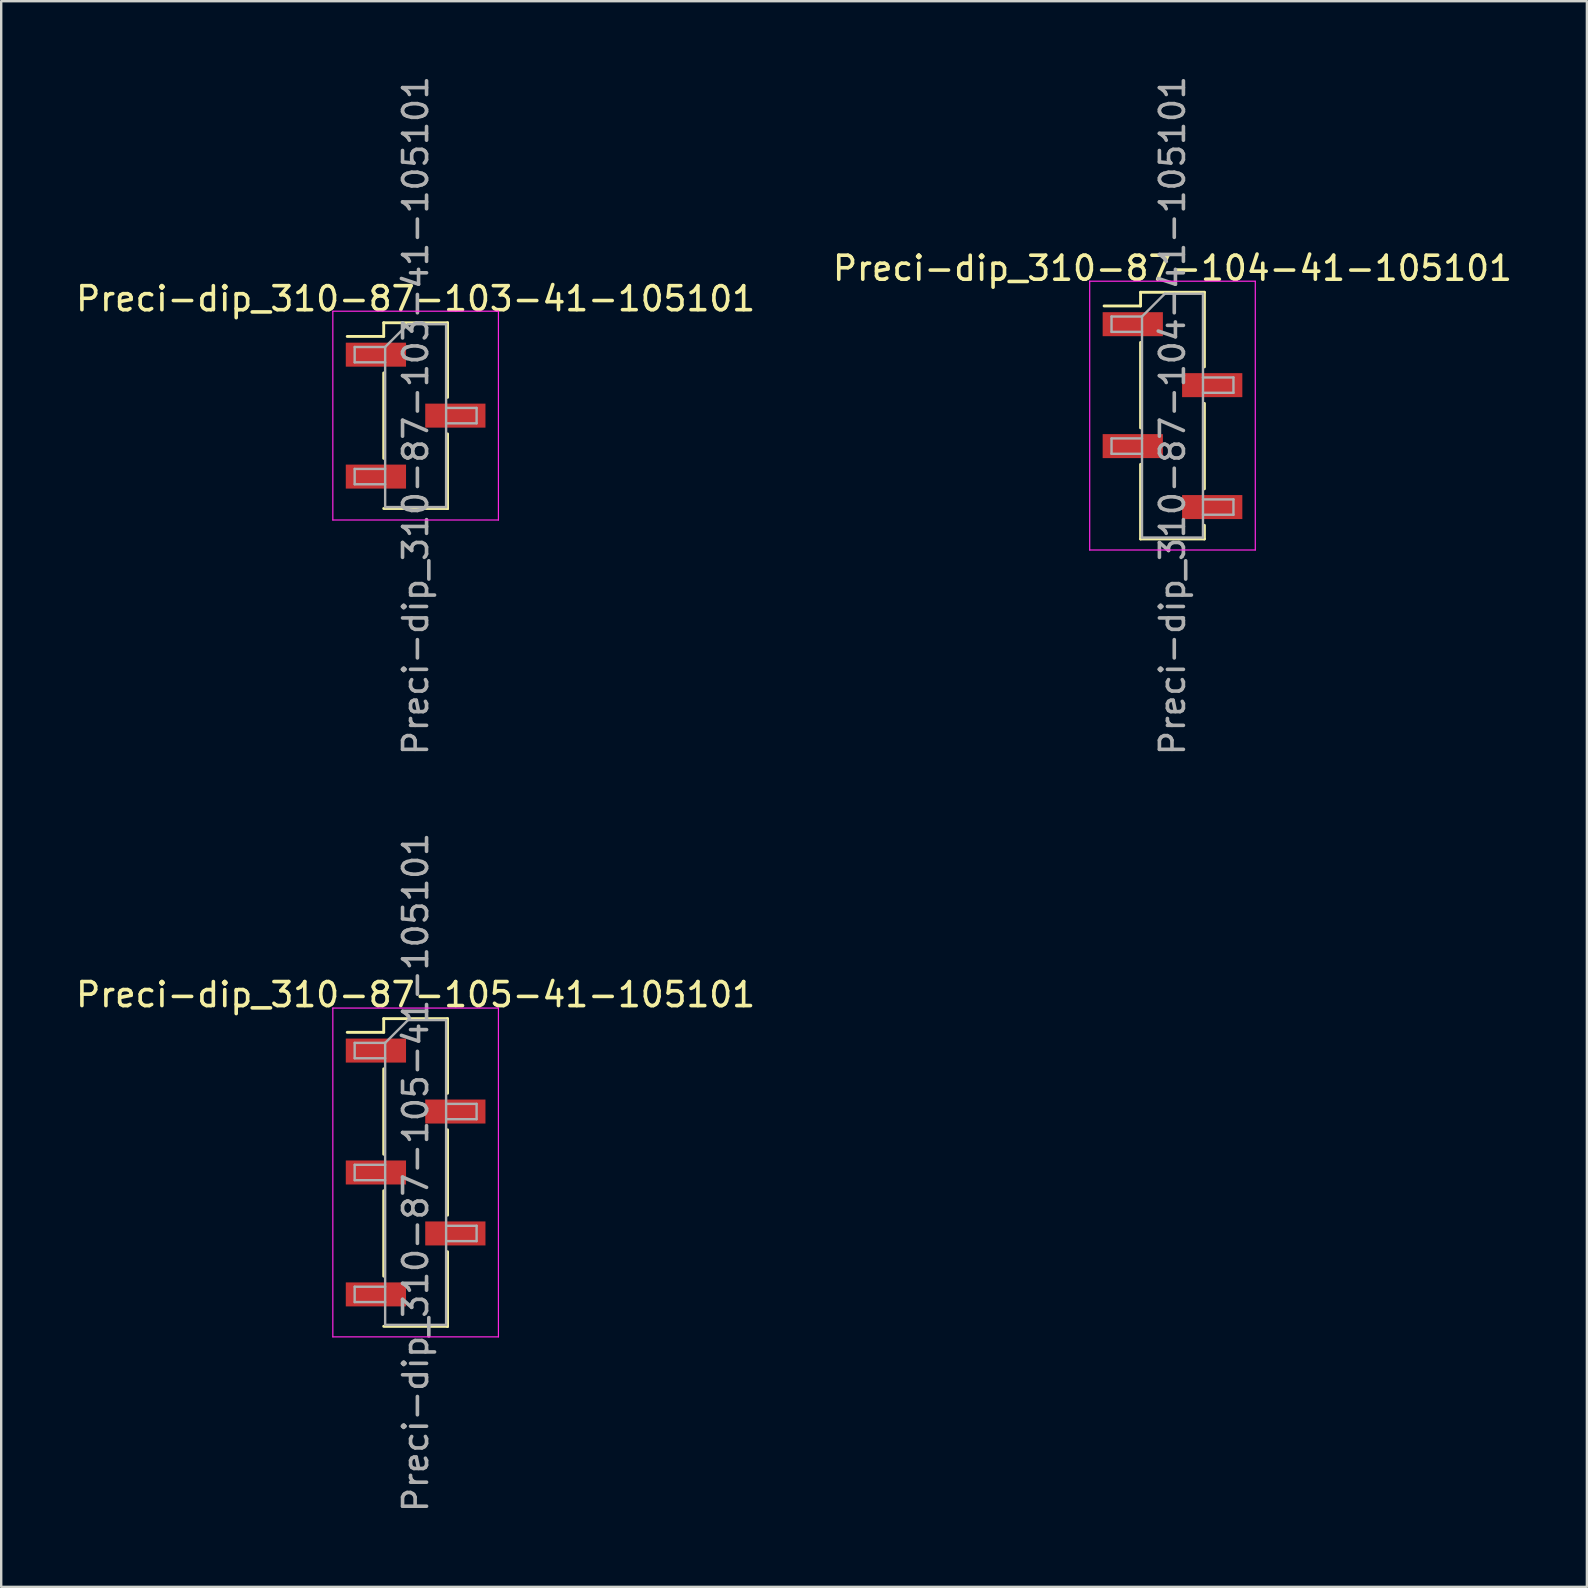
<source format=kicad_pcb>
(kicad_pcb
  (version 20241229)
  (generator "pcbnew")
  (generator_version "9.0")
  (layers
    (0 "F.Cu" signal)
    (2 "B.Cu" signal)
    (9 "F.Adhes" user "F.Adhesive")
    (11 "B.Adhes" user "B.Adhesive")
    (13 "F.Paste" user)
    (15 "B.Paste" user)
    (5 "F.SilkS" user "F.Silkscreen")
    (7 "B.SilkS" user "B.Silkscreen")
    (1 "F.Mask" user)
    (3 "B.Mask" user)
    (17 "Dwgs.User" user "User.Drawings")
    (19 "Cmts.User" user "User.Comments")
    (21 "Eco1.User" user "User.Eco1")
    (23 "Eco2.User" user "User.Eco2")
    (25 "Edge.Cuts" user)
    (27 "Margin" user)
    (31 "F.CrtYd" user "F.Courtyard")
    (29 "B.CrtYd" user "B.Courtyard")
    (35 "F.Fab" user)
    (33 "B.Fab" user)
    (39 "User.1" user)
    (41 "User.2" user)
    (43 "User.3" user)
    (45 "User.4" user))
  (footprint "Preci-dip_310-87-103-41-105101"
    (layer "F.Cu")
    (at 14.268 14.268)
    (property "Reference" "Preci-dip_310-87-103-41-105101" (at 0 -4.87 0) (layer "F.SilkS") (effects (font (size 1 1) (thickness 0.15))))
    (attr smd)
    (fp_line (start -1.33 -3.87) (end -1.33 -3.3) (stroke (width 0.12) (type solid)) (layer "F.SilkS"))
    (fp_line (start -1.33 -3.87) (end 1.33 -3.87) (stroke (width 0.12) (type solid)) (layer "F.SilkS"))
    (fp_line (start -1.33 -3.3) (end -2.85 -3.3) (stroke (width 0.12) (type solid)) (layer "F.SilkS"))
    (fp_line (start -1.33 -1.78) (end -1.33 1.78) (stroke (width 0.12) (type solid)) (layer "F.SilkS"))
    (fp_line (start -1.33 3.87) (end 1.33 3.87) (stroke (width 0.12) (type solid)) (layer "F.SilkS"))
    (fp_line (start 1.33 -3.87) (end 1.33 -0.76) (stroke (width 0.12) (type solid)) (layer "F.SilkS"))
    (fp_line (start 1.33 0.76) (end 1.33 3.87) (stroke (width 0.12) (type solid)) (layer "F.SilkS"))
    (fp_line (start 1.33 3.3) (end 1.33 3.87) (stroke (width 0.12) (type solid)) (layer "F.SilkS"))
    (fp_line (start -3.45 -4.35) (end -3.45 4.35) (stroke (width 0.05) (type solid)) (layer "F.CrtYd"))
    (fp_line (start -3.45 4.35) (end 3.45 4.35) (stroke (width 0.05) (type solid)) (layer "F.CrtYd"))
    (fp_line (start 3.45 -4.35) (end -3.45 -4.35) (stroke (width 0.05) (type solid)) (layer "F.CrtYd"))
    (fp_line (start 3.45 4.35) (end 3.45 -4.35) (stroke (width 0.05) (type solid)) (layer "F.CrtYd"))
    (fp_line (start -2.54 -2.86) (end -2.54 -2.22) (stroke (width 0.1) (type solid)) (layer "F.Fab"))
    (fp_line (start -2.54 -2.22) (end -1.27 -2.22) (stroke (width 0.1) (type solid)) (layer "F.Fab"))
    (fp_line (start -2.54 2.22) (end -2.54 2.86) (stroke (width 0.1) (type solid)) (layer "F.Fab"))
    (fp_line (start -2.54 2.86) (end -1.27 2.86) (stroke (width 0.1) (type solid)) (layer "F.Fab"))
    (fp_line (start -1.27 -2.86) (end -2.54 -2.86) (stroke (width 0.1) (type solid)) (layer "F.Fab"))
    (fp_line (start -1.27 -2.86) (end -0.32 -3.81) (stroke (width 0.1) (type solid)) (layer "F.Fab"))
    (fp_line (start -1.27 2.22) (end -2.54 2.22) (stroke (width 0.1) (type solid)) (layer "F.Fab"))
    (fp_line (start -1.27 3.81) (end -1.27 -2.86) (stroke (width 0.1) (type solid)) (layer "F.Fab"))
    (fp_line (start -0.32 -3.81) (end 1.27 -3.81) (stroke (width 0.1) (type solid)) (layer "F.Fab"))
    (fp_line (start 1.27 -3.81) (end 1.27 3.81) (stroke (width 0.1) (type solid)) (layer "F.Fab"))
    (fp_line (start 1.27 -0.32) (end 2.54 -0.32) (stroke (width 0.1) (type solid)) (layer "F.Fab"))
    (fp_line (start 1.27 3.81) (end -1.27 3.81) (stroke (width 0.1) (type solid)) (layer "F.Fab"))
    (fp_line (start 2.54 -0.32) (end 2.54 0.32) (stroke (width 0.1) (type solid)) (layer "F.Fab"))
    (fp_line (start 2.54 0.32) (end 1.27 0.32) (stroke (width 0.1) (type solid)) (layer "F.Fab"))
    (fp_text user "${REFERENCE}" (at 0 0 90) (layer "F.Fab") (effects (font (size 1 1) (thickness 0.15))))
    (pad "1" smd rect (at -1.655 -2.54) (size 2.51 1) (layers "F.Cu" "F.Mask" "F.Paste"))
    (pad "2" smd rect (at 1.655 0) (size 2.51 1) (layers "F.Cu" "F.Mask" "F.Paste"))
    (pad "3" smd rect (at -1.655 2.54) (size 2.51 1) (layers "F.Cu" "F.Mask" "F.Paste")))
  (footprint "Preci-dip_310-87-104-41-105101"
    (layer "F.Cu")
    (at 45.804 14.268)
    (property "Reference" "Preci-dip_310-87-104-41-105101" (at 0 -6.14 0) (layer "F.SilkS") (effects (font (size 1 1) (thickness 0.15))))
    (attr smd)
    (fp_line (start -1.33 -5.14) (end -1.33 -4.57) (stroke (width 0.12) (type solid)) (layer "F.SilkS"))
    (fp_line (start -1.33 -5.14) (end 1.33 -5.14) (stroke (width 0.12) (type solid)) (layer "F.SilkS"))
    (fp_line (start -1.33 -4.57) (end -2.85 -4.57) (stroke (width 0.12) (type solid)) (layer "F.SilkS"))
    (fp_line (start -1.33 -3.05) (end -1.33 0.51) (stroke (width 0.12) (type solid)) (layer "F.SilkS"))
    (fp_line (start -1.33 2.03) (end -1.33 5.14) (stroke (width 0.12) (type solid)) (layer "F.SilkS"))
    (fp_line (start -1.33 5.14) (end 1.33 5.14) (stroke (width 0.12) (type solid)) (layer "F.SilkS"))
    (fp_line (start 1.33 -5.14) (end 1.33 -2.03) (stroke (width 0.12) (type solid)) (layer "F.SilkS"))
    (fp_line (start 1.33 -0.51) (end 1.33 3.05) (stroke (width 0.12) (type solid)) (layer "F.SilkS"))
    (fp_line (start 1.33 4.57) (end 1.33 5.14) (stroke (width 0.12) (type solid)) (layer "F.SilkS"))
    (fp_line (start -3.45 -5.6) (end -3.45 5.6) (stroke (width 0.05) (type solid)) (layer "F.CrtYd"))
    (fp_line (start -3.45 5.6) (end 3.45 5.6) (stroke (width 0.05) (type solid)) (layer "F.CrtYd"))
    (fp_line (start 3.45 -5.6) (end -3.45 -5.6) (stroke (width 0.05) (type solid)) (layer "F.CrtYd"))
    (fp_line (start 3.45 5.6) (end 3.45 -5.6) (stroke (width 0.05) (type solid)) (layer "F.CrtYd"))
    (fp_line (start -2.54 -4.13) (end -2.54 -3.49) (stroke (width 0.1) (type solid)) (layer "F.Fab"))
    (fp_line (start -2.54 -3.49) (end -1.27 -3.49) (stroke (width 0.1) (type solid)) (layer "F.Fab"))
    (fp_line (start -2.54 0.95) (end -2.54 1.59) (stroke (width 0.1) (type solid)) (layer "F.Fab"))
    (fp_line (start -2.54 1.59) (end -1.27 1.59) (stroke (width 0.1) (type solid)) (layer "F.Fab"))
    (fp_line (start -1.27 -4.13) (end -2.54 -4.13) (stroke (width 0.1) (type solid)) (layer "F.Fab"))
    (fp_line (start -1.27 -4.13) (end -0.32 -5.08) (stroke (width 0.1) (type solid)) (layer "F.Fab"))
    (fp_line (start -1.27 0.95) (end -2.54 0.95) (stroke (width 0.1) (type solid)) (layer "F.Fab"))
    (fp_line (start -1.27 5.08) (end -1.27 -4.13) (stroke (width 0.1) (type solid)) (layer "F.Fab"))
    (fp_line (start -0.32 -5.08) (end 1.27 -5.08) (stroke (width 0.1) (type solid)) (layer "F.Fab"))
    (fp_line (start 1.27 -5.08) (end 1.27 5.08) (stroke (width 0.1) (type solid)) (layer "F.Fab"))
    (fp_line (start 1.27 -1.59) (end 2.54 -1.59) (stroke (width 0.1) (type solid)) (layer "F.Fab"))
    (fp_line (start 1.27 3.49) (end 2.54 3.49) (stroke (width 0.1) (type solid)) (layer "F.Fab"))
    (fp_line (start 1.27 5.08) (end -1.27 5.08) (stroke (width 0.1) (type solid)) (layer "F.Fab"))
    (fp_line (start 2.54 -1.59) (end 2.54 -0.95) (stroke (width 0.1) (type solid)) (layer "F.Fab"))
    (fp_line (start 2.54 -0.95) (end 1.27 -0.95) (stroke (width 0.1) (type solid)) (layer "F.Fab"))
    (fp_line (start 2.54 3.49) (end 2.54 4.13) (stroke (width 0.1) (type solid)) (layer "F.Fab"))
    (fp_line (start 2.54 4.13) (end 1.27 4.13) (stroke (width 0.1) (type solid)) (layer "F.Fab"))
    (fp_text user "${REFERENCE}" (at 0 0 90) (layer "F.Fab") (effects (font (size 1 1) (thickness 0.15))))
    (pad "1" smd rect (at -1.655 -3.81) (size 2.51 1) (layers "F.Cu" "F.Mask" "F.Paste"))
    (pad "2" smd rect (at 1.655 -1.27) (size 2.51 1) (layers "F.Cu" "F.Mask" "F.Paste"))
    (pad "3" smd rect (at -1.655 1.27) (size 2.51 1) (layers "F.Cu" "F.Mask" "F.Paste"))
    (pad "4" smd rect (at 1.655 3.81) (size 2.51 1) (layers "F.Cu" "F.Mask" "F.Paste")))
  (footprint "Preci-dip_310-87-105-41-105101"
    (layer "F.Cu")
    (at 14.268 45.804)
    (property "Reference" "Preci-dip_310-87-105-41-105101" (at 0 -7.41 0) (layer "F.SilkS") (effects (font (size 1 1) (thickness 0.15))))
    (attr smd)
    (fp_line (start -1.33 -6.41) (end -1.33 -5.84) (stroke (width 0.12) (type solid)) (layer "F.SilkS"))
    (fp_line (start -1.33 -6.41) (end 1.33 -6.41) (stroke (width 0.12) (type solid)) (layer "F.SilkS"))
    (fp_line (start -1.33 -5.84) (end -2.85 -5.84) (stroke (width 0.12) (type solid)) (layer "F.SilkS"))
    (fp_line (start -1.33 -4.32) (end -1.33 -0.76) (stroke (width 0.12) (type solid)) (layer "F.SilkS"))
    (fp_line (start -1.33 0.76) (end -1.33 4.32) (stroke (width 0.12) (type solid)) (layer "F.SilkS"))
    (fp_line (start -1.33 6.41) (end 1.33 6.41) (stroke (width 0.12) (type solid)) (layer "F.SilkS"))
    (fp_line (start 1.33 -6.41) (end 1.33 -3.3) (stroke (width 0.12) (type solid)) (layer "F.SilkS"))
    (fp_line (start 1.33 -1.78) (end 1.33 1.78) (stroke (width 0.12) (type solid)) (layer "F.SilkS"))
    (fp_line (start 1.33 3.3) (end 1.33 6.41) (stroke (width 0.12) (type solid)) (layer "F.SilkS"))
    (fp_line (start 1.33 5.84) (end 1.33 6.41) (stroke (width 0.12) (type solid)) (layer "F.SilkS"))
    (fp_line (start -3.45 -6.85) (end -3.45 6.85) (stroke (width 0.05) (type solid)) (layer "F.CrtYd"))
    (fp_line (start -3.45 6.85) (end 3.45 6.85) (stroke (width 0.05) (type solid)) (layer "F.CrtYd"))
    (fp_line (start 3.45 -6.85) (end -3.45 -6.85) (stroke (width 0.05) (type solid)) (layer "F.CrtYd"))
    (fp_line (start 3.45 6.85) (end 3.45 -6.85) (stroke (width 0.05) (type solid)) (layer "F.CrtYd"))
    (fp_line (start -2.54 -5.4) (end -2.54 -4.76) (stroke (width 0.1) (type solid)) (layer "F.Fab"))
    (fp_line (start -2.54 -4.76) (end -1.27 -4.76) (stroke (width 0.1) (type solid)) (layer "F.Fab"))
    (fp_line (start -2.54 -0.32) (end -2.54 0.32) (stroke (width 0.1) (type solid)) (layer "F.Fab"))
    (fp_line (start -2.54 0.32) (end -1.27 0.32) (stroke (width 0.1) (type solid)) (layer "F.Fab"))
    (fp_line (start -2.54 4.76) (end -2.54 5.4) (stroke (width 0.1) (type solid)) (layer "F.Fab"))
    (fp_line (start -2.54 5.4) (end -1.27 5.4) (stroke (width 0.1) (type solid)) (layer "F.Fab"))
    (fp_line (start -1.27 -5.4) (end -2.54 -5.4) (stroke (width 0.1) (type solid)) (layer "F.Fab"))
    (fp_line (start -1.27 -5.4) (end -0.32 -6.35) (stroke (width 0.1) (type solid)) (layer "F.Fab"))
    (fp_line (start -1.27 -0.32) (end -2.54 -0.32) (stroke (width 0.1) (type solid)) (layer "F.Fab"))
    (fp_line (start -1.27 4.76) (end -2.54 4.76) (stroke (width 0.1) (type solid)) (layer "F.Fab"))
    (fp_line (start -1.27 6.35) (end -1.27 -5.4) (stroke (width 0.1) (type solid)) (layer "F.Fab"))
    (fp_line (start -0.32 -6.35) (end 1.27 -6.35) (stroke (width 0.1) (type solid)) (layer "F.Fab"))
    (fp_line (start 1.27 -6.35) (end 1.27 6.35) (stroke (width 0.1) (type solid)) (layer "F.Fab"))
    (fp_line (start 1.27 -2.86) (end 2.54 -2.86) (stroke (width 0.1) (type solid)) (layer "F.Fab"))
    (fp_line (start 1.27 2.22) (end 2.54 2.22) (stroke (width 0.1) (type solid)) (layer "F.Fab"))
    (fp_line (start 1.27 6.35) (end -1.27 6.35) (stroke (width 0.1) (type solid)) (layer "F.Fab"))
    (fp_line (start 2.54 -2.86) (end 2.54 -2.22) (stroke (width 0.1) (type solid)) (layer "F.Fab"))
    (fp_line (start 2.54 -2.22) (end 1.27 -2.22) (stroke (width 0.1) (type solid)) (layer "F.Fab"))
    (fp_line (start 2.54 2.22) (end 2.54 2.86) (stroke (width 0.1) (type solid)) (layer "F.Fab"))
    (fp_line (start 2.54 2.86) (end 1.27 2.86) (stroke (width 0.1) (type solid)) (layer "F.Fab"))
    (fp_text user "${REFERENCE}" (at 0 0 90) (layer "F.Fab") (effects (font (size 1 1) (thickness 0.15))))
    (pad "1" smd rect (at -1.655 -5.08) (size 2.51 1) (layers "F.Cu" "F.Mask" "F.Paste"))
    (pad "2" smd rect (at 1.655 -2.54) (size 2.51 1) (layers "F.Cu" "F.Mask" "F.Paste"))
    (pad "3" smd rect (at -1.655 0) (size 2.51 1) (layers "F.Cu" "F.Mask" "F.Paste"))
    (pad "4" smd rect (at 1.655 2.54) (size 2.51 1) (layers "F.Cu" "F.Mask" "F.Paste"))
    (pad "5" smd rect (at -1.655 5.08) (size 2.51 1) (layers "F.Cu" "F.Mask" "F.Paste")))
  (gr_rect
    (start -3 -3)
    (end 63.071 63.071)
    (stroke (width 0.1) (type default))
    (fill no)
    (layer "Edge.Cuts")))
</source>
